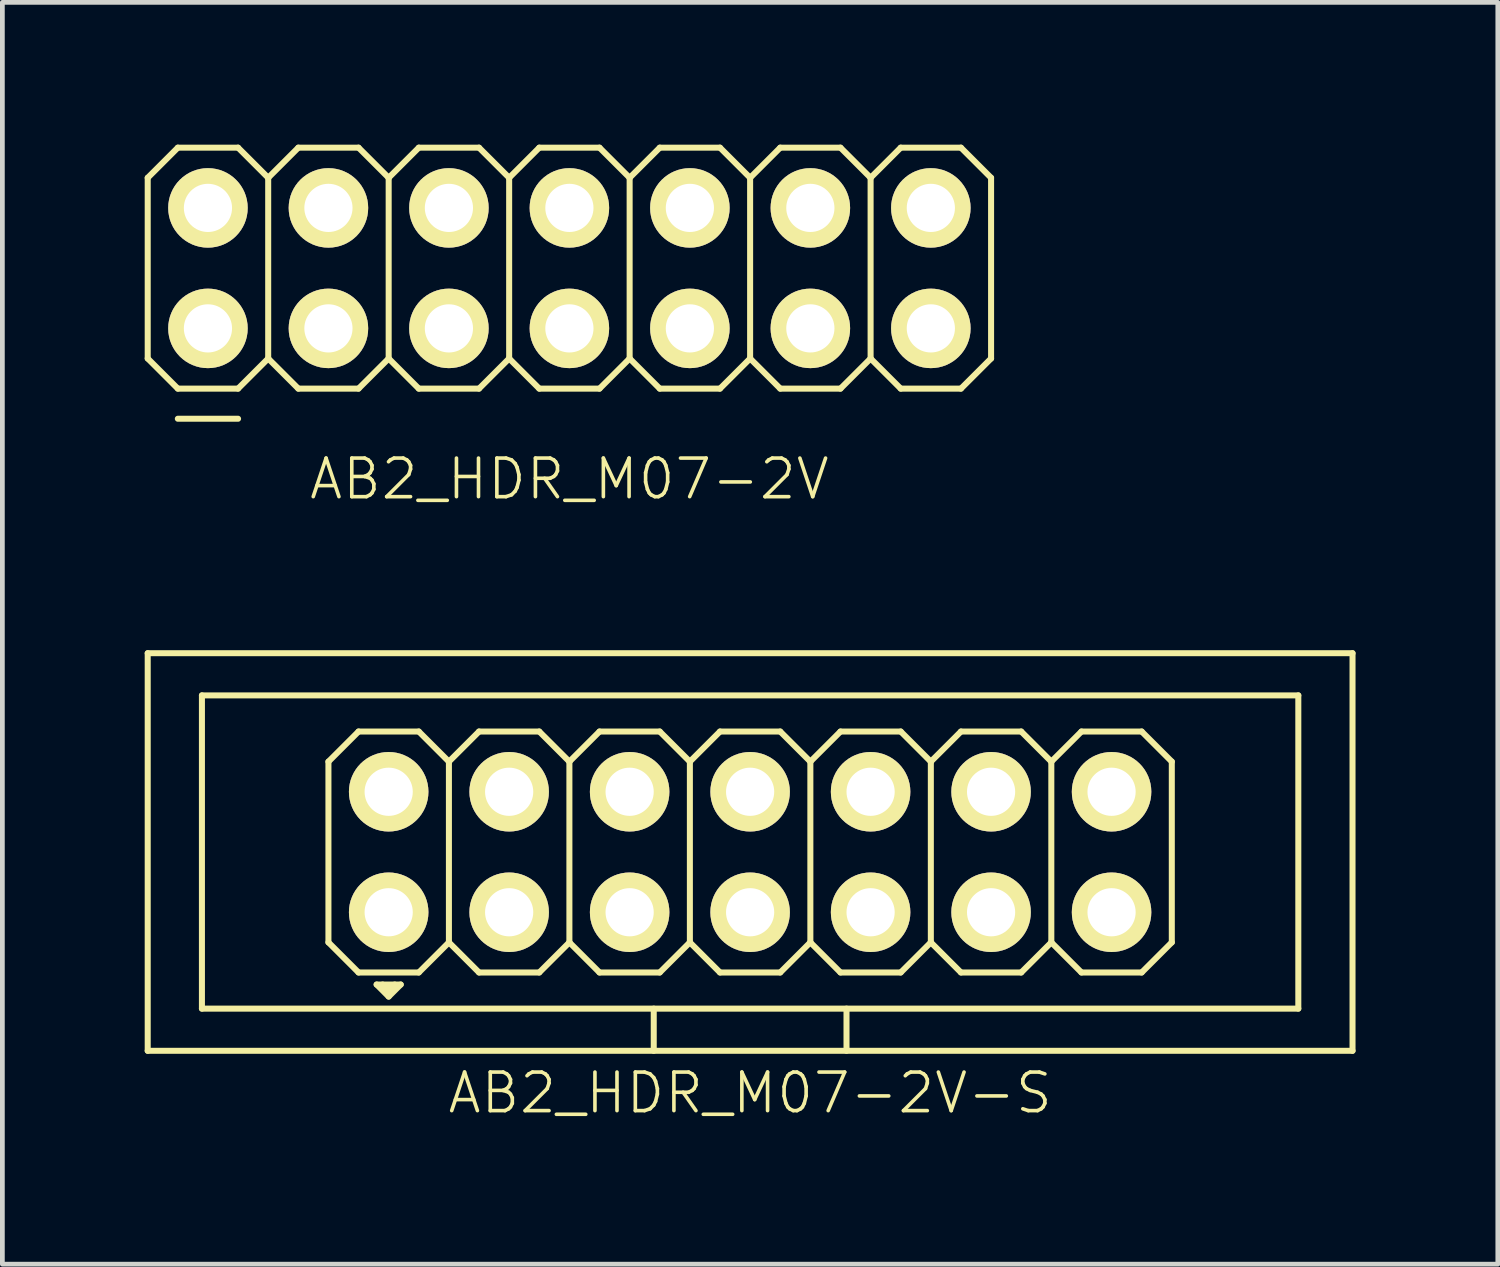
<source format=kicad_pcb>
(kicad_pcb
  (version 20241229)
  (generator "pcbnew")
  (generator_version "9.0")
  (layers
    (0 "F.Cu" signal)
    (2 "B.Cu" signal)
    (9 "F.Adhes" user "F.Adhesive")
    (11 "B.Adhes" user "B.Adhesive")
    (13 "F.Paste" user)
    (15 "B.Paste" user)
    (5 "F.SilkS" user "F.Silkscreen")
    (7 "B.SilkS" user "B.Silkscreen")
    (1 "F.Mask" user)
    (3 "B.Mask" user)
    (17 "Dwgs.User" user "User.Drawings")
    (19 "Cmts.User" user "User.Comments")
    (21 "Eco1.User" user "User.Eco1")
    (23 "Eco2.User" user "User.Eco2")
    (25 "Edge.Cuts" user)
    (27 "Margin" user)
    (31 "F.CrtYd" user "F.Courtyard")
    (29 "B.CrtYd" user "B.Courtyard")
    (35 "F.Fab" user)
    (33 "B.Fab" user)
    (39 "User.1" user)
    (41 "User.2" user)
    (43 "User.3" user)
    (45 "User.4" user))
  (footprint "AB2_HDR_M07-2V"
    (layer "F.Cu")
    (at 8.954 2.603)
    (property "Reference" "AB2_HDR_M07-2V" (at 0 4.445 0) (layer "F.SilkS") (effects (font (size 0.813 0.813) (thickness 0.076))))
    (attr through_hole)
    (fp_line (start -8.89 -1.905) (end -8.255 -2.54) (stroke (width 0.127) (type solid)) (layer "F.SilkS"))
    (fp_line (start -8.89 1.905) (end -8.89 -1.905) (stroke (width 0.127) (type solid)) (layer "F.SilkS"))
    (fp_line (start -8.255 -2.54) (end -6.985 -2.54) (stroke (width 0.127) (type solid)) (layer "F.SilkS"))
    (fp_line (start -8.255 2.54) (end -8.89 1.905) (stroke (width 0.127) (type solid)) (layer "F.SilkS"))
    (fp_line (start -8.255 3.175) (end -6.985 3.175) (stroke (width 0.127) (type solid)) (layer "F.SilkS"))
    (fp_line (start -6.985 -2.54) (end -6.35 -1.905) (stroke (width 0.127) (type solid)) (layer "F.SilkS"))
    (fp_line (start -6.985 2.54) (end -8.255 2.54) (stroke (width 0.127) (type solid)) (layer "F.SilkS"))
    (fp_line (start -6.35 -1.905) (end -6.35 1.905) (stroke (width 0.127) (type solid)) (layer "F.SilkS"))
    (fp_line (start -6.35 -1.905) (end -5.715 -2.54) (stroke (width 0.127) (type solid)) (layer "F.SilkS"))
    (fp_line (start -6.35 1.905) (end -6.985 2.54) (stroke (width 0.127) (type solid)) (layer "F.SilkS"))
    (fp_line (start -5.715 -2.54) (end -4.445 -2.54) (stroke (width 0.127) (type solid)) (layer "F.SilkS"))
    (fp_line (start -5.715 2.54) (end -6.35 1.905) (stroke (width 0.127) (type solid)) (layer "F.SilkS"))
    (fp_line (start -4.445 -2.54) (end -3.81 -1.905) (stroke (width 0.127) (type solid)) (layer "F.SilkS"))
    (fp_line (start -4.445 2.54) (end -5.715 2.54) (stroke (width 0.127) (type solid)) (layer "F.SilkS"))
    (fp_line (start -3.81 -1.905) (end -3.81 1.905) (stroke (width 0.127) (type solid)) (layer "F.SilkS"))
    (fp_line (start -3.81 -1.905) (end -3.175 -2.54) (stroke (width 0.127) (type solid)) (layer "F.SilkS"))
    (fp_line (start -3.81 1.905) (end -4.445 2.54) (stroke (width 0.127) (type solid)) (layer "F.SilkS"))
    (fp_line (start -3.175 -2.54) (end -1.905 -2.54) (stroke (width 0.127) (type solid)) (layer "F.SilkS"))
    (fp_line (start -3.175 2.54) (end -3.81 1.905) (stroke (width 0.127) (type solid)) (layer "F.SilkS"))
    (fp_line (start -1.905 -2.54) (end -1.27 -1.905) (stroke (width 0.127) (type solid)) (layer "F.SilkS"))
    (fp_line (start -1.905 2.54) (end -3.175 2.54) (stroke (width 0.127) (type solid)) (layer "F.SilkS"))
    (fp_line (start -1.27 -1.905) (end -1.27 1.905) (stroke (width 0.127) (type solid)) (layer "F.SilkS"))
    (fp_line (start -1.27 -1.905) (end -0.635 -2.54) (stroke (width 0.127) (type solid)) (layer "F.SilkS"))
    (fp_line (start -1.27 1.905) (end -1.905 2.54) (stroke (width 0.127) (type solid)) (layer "F.SilkS"))
    (fp_line (start -0.635 -2.54) (end 0.635 -2.54) (stroke (width 0.127) (type solid)) (layer "F.SilkS"))
    (fp_line (start -0.635 2.54) (end -1.27 1.905) (stroke (width 0.127) (type solid)) (layer "F.SilkS"))
    (fp_line (start 0.635 -2.54) (end 1.27 -1.905) (stroke (width 0.127) (type solid)) (layer "F.SilkS"))
    (fp_line (start 0.635 2.54) (end -0.635 2.54) (stroke (width 0.127) (type solid)) (layer "F.SilkS"))
    (fp_line (start 1.27 -1.905) (end 1.27 1.905) (stroke (width 0.127) (type solid)) (layer "F.SilkS"))
    (fp_line (start 1.27 -1.905) (end 1.905 -2.54) (stroke (width 0.127) (type solid)) (layer "F.SilkS"))
    (fp_line (start 1.27 1.905) (end 0.635 2.54) (stroke (width 0.127) (type solid)) (layer "F.SilkS"))
    (fp_line (start 1.905 -2.54) (end 3.175 -2.54) (stroke (width 0.127) (type solid)) (layer "F.SilkS"))
    (fp_line (start 1.905 2.54) (end 1.27 1.905) (stroke (width 0.127) (type solid)) (layer "F.SilkS"))
    (fp_line (start 3.175 -2.54) (end 3.81 -1.905) (stroke (width 0.127) (type solid)) (layer "F.SilkS"))
    (fp_line (start 3.175 2.54) (end 1.905 2.54) (stroke (width 0.127) (type solid)) (layer "F.SilkS"))
    (fp_line (start 3.81 -1.905) (end 3.81 1.905) (stroke (width 0.127) (type solid)) (layer "F.SilkS"))
    (fp_line (start 3.81 -1.905) (end 4.445 -2.54) (stroke (width 0.127) (type solid)) (layer "F.SilkS"))
    (fp_line (start 3.81 1.905) (end 3.175 2.54) (stroke (width 0.127) (type solid)) (layer "F.SilkS"))
    (fp_line (start 4.445 -2.54) (end 5.715 -2.54) (stroke (width 0.127) (type solid)) (layer "F.SilkS"))
    (fp_line (start 4.445 2.54) (end 3.81 1.905) (stroke (width 0.127) (type solid)) (layer "F.SilkS"))
    (fp_line (start 5.715 -2.54) (end 6.35 -1.905) (stroke (width 0.127) (type solid)) (layer "F.SilkS"))
    (fp_line (start 5.715 2.54) (end 4.445 2.54) (stroke (width 0.127) (type solid)) (layer "F.SilkS"))
    (fp_line (start 6.35 -1.905) (end 6.35 1.905) (stroke (width 0.127) (type solid)) (layer "F.SilkS"))
    (fp_line (start 6.35 -1.905) (end 6.985 -2.54) (stroke (width 0.127) (type solid)) (layer "F.SilkS"))
    (fp_line (start 6.35 1.905) (end 5.715 2.54) (stroke (width 0.127) (type solid)) (layer "F.SilkS"))
    (fp_line (start 6.985 -2.54) (end 8.255 -2.54) (stroke (width 0.127) (type solid)) (layer "F.SilkS"))
    (fp_line (start 6.985 2.54) (end 6.35 1.905) (stroke (width 0.127) (type solid)) (layer "F.SilkS"))
    (fp_line (start 8.255 -2.54) (end 8.89 -1.905) (stroke (width 0.127) (type solid)) (layer "F.SilkS"))
    (fp_line (start 8.255 2.54) (end 6.985 2.54) (stroke (width 0.127) (type solid)) (layer "F.SilkS"))
    (fp_line (start 8.89 -1.905) (end 8.89 1.905) (stroke (width 0.127) (type solid)) (layer "F.SilkS"))
    (fp_line (start 8.89 1.905) (end 8.255 2.54) (stroke (width 0.127) (type solid)) (layer "F.SilkS"))
    (pad "1" thru_hole circle (at -7.62 1.27) (size 1.676 1.676) (drill 1.016) (layers "*.Cu" "*.Mask" "F.SilkS"))
    (pad "2" thru_hole circle (at -7.62 -1.27) (size 1.676 1.676) (drill 1.016) (layers "*.Cu" "*.Mask" "F.SilkS"))
    (pad "3" thru_hole circle (at -5.08 1.27) (size 1.676 1.676) (drill 1.016) (layers "*.Cu" "*.Mask" "F.SilkS"))
    (pad "4" thru_hole circle (at -5.08 -1.27) (size 1.676 1.676) (drill 1.016) (layers "*.Cu" "*.Mask" "F.SilkS"))
    (pad "5" thru_hole circle (at -2.54 1.27) (size 1.676 1.676) (drill 1.016) (layers "*.Cu" "*.Mask" "F.SilkS"))
    (pad "6" thru_hole circle (at -2.54 -1.27) (size 1.676 1.676) (drill 1.016) (layers "*.Cu" "*.Mask" "F.SilkS"))
    (pad "7" thru_hole circle (at 0 1.27) (size 1.676 1.676) (drill 1.016) (layers "*.Cu" "*.Mask" "F.SilkS"))
    (pad "8" thru_hole circle (at 0 -1.27) (size 1.676 1.676) (drill 1.016) (layers "*.Cu" "*.Mask" "F.SilkS"))
    (pad "9" thru_hole circle (at 2.54 1.27) (size 1.676 1.676) (drill 1.016) (layers "*.Cu" "*.Mask" "F.SilkS"))
    (pad "10" thru_hole circle (at 2.54 -1.27) (size 1.676 1.676) (drill 1.016) (layers "*.Cu" "*.Mask" "F.SilkS"))
    (pad "11" thru_hole circle (at 5.08 1.27) (size 1.676 1.676) (drill 1.016) (layers "*.Cu" "*.Mask" "F.SilkS"))
    (pad "12" thru_hole circle (at 5.08 -1.27) (size 1.676 1.676) (drill 1.016) (layers "*.Cu" "*.Mask" "F.SilkS"))
    (pad "13" thru_hole circle (at 7.62 1.27) (size 1.676 1.676) (drill 1.016) (layers "*.Cu" "*.Mask" "F.SilkS"))
    (pad "14" thru_hole circle (at 7.62 -1.27) (size 1.676 1.676) (drill 1.016) (layers "*.Cu" "*.Mask" "F.SilkS")))
  (footprint "AB2_HDR_M07-2V-S"
    (layer "F.Cu")
    (at 12.764 14.912)
    (property "Reference" "AB2_HDR_M07-2V-S" (at 0 5.08 0) (layer "F.SilkS") (effects (font (size 0.813 0.813) (thickness 0.076))))
    (attr through_hole)
    (fp_line (start -12.7 -4.191) (end 12.7 -4.191) (stroke (width 0.127) (type solid)) (layer "F.SilkS"))
    (fp_line (start -12.7 4.191) (end -12.7 -4.191) (stroke (width 0.127) (type solid)) (layer "F.SilkS"))
    (fp_line (start -11.557 -3.302) (end -11.557 3.302) (stroke (width 0.127) (type solid)) (layer "F.SilkS"))
    (fp_line (start -11.557 -3.302) (end 11.557 -3.302) (stroke (width 0.127) (type solid)) (layer "F.SilkS"))
    (fp_line (start -8.89 -1.905) (end -8.255 -2.54) (stroke (width 0.127) (type solid)) (layer "F.SilkS"))
    (fp_line (start -8.89 1.905) (end -8.89 -1.905) (stroke (width 0.127) (type solid)) (layer "F.SilkS"))
    (fp_line (start -8.255 -2.54) (end -6.985 -2.54) (stroke (width 0.127) (type solid)) (layer "F.SilkS"))
    (fp_line (start -8.255 2.54) (end -8.89 1.905) (stroke (width 0.127) (type solid)) (layer "F.SilkS"))
    (fp_line (start -7.874 2.794) (end -7.62 3.048) (stroke (width 0.127) (type solid)) (layer "F.SilkS"))
    (fp_line (start -7.747 2.794) (end -7.62 2.921) (stroke (width 0.127) (type solid)) (layer "F.SilkS"))
    (fp_line (start -7.62 3.048) (end -7.366 2.794) (stroke (width 0.127) (type solid)) (layer "F.SilkS"))
    (fp_line (start -7.493 2.794) (end -7.62 2.921) (stroke (width 0.127) (type solid)) (layer "F.SilkS"))
    (fp_line (start -7.366 2.794) (end -7.874 2.794) (stroke (width 0.127) (type solid)) (layer "F.SilkS"))
    (fp_line (start -6.985 -2.54) (end -6.35 -1.905) (stroke (width 0.127) (type solid)) (layer "F.SilkS"))
    (fp_line (start -6.985 2.54) (end -8.255 2.54) (stroke (width 0.127) (type solid)) (layer "F.SilkS"))
    (fp_line (start -6.35 -1.905) (end -6.35 1.905) (stroke (width 0.127) (type solid)) (layer "F.SilkS"))
    (fp_line (start -6.35 -1.905) (end -5.715 -2.54) (stroke (width 0.127) (type solid)) (layer "F.SilkS"))
    (fp_line (start -6.35 1.905) (end -6.985 2.54) (stroke (width 0.127) (type solid)) (layer "F.SilkS"))
    (fp_line (start -5.715 -2.54) (end -4.445 -2.54) (stroke (width 0.127) (type solid)) (layer "F.SilkS"))
    (fp_line (start -5.715 2.54) (end -6.35 1.905) (stroke (width 0.127) (type solid)) (layer "F.SilkS"))
    (fp_line (start -4.445 -2.54) (end -3.81 -1.905) (stroke (width 0.127) (type solid)) (layer "F.SilkS"))
    (fp_line (start -4.445 2.54) (end -5.715 2.54) (stroke (width 0.127) (type solid)) (layer "F.SilkS"))
    (fp_line (start -3.81 -1.905) (end -3.81 1.905) (stroke (width 0.127) (type solid)) (layer "F.SilkS"))
    (fp_line (start -3.81 -1.905) (end -3.175 -2.54) (stroke (width 0.127) (type solid)) (layer "F.SilkS"))
    (fp_line (start -3.81 1.905) (end -4.445 2.54) (stroke (width 0.127) (type solid)) (layer "F.SilkS"))
    (fp_line (start -3.175 -2.54) (end -1.905 -2.54) (stroke (width 0.127) (type solid)) (layer "F.SilkS"))
    (fp_line (start -3.175 2.54) (end -3.81 1.905) (stroke (width 0.127) (type solid)) (layer "F.SilkS"))
    (fp_line (start -2.032 3.302) (end -2.032 4.191) (stroke (width 0.127) (type solid)) (layer "F.SilkS"))
    (fp_line (start -1.905 -2.54) (end -1.27 -1.905) (stroke (width 0.127) (type solid)) (layer "F.SilkS"))
    (fp_line (start -1.905 2.54) (end -3.175 2.54) (stroke (width 0.127) (type solid)) (layer "F.SilkS"))
    (fp_line (start -1.27 -1.905) (end -1.27 1.905) (stroke (width 0.127) (type solid)) (layer "F.SilkS"))
    (fp_line (start -1.27 -1.905) (end -0.635 -2.54) (stroke (width 0.127) (type solid)) (layer "F.SilkS"))
    (fp_line (start -1.27 1.905) (end -1.905 2.54) (stroke (width 0.127) (type solid)) (layer "F.SilkS"))
    (fp_line (start -0.635 -2.54) (end 0.635 -2.54) (stroke (width 0.127) (type solid)) (layer "F.SilkS"))
    (fp_line (start -0.635 2.54) (end -1.27 1.905) (stroke (width 0.127) (type solid)) (layer "F.SilkS"))
    (fp_line (start 0.635 -2.54) (end 1.27 -1.905) (stroke (width 0.127) (type solid)) (layer "F.SilkS"))
    (fp_line (start 0.635 2.54) (end -0.635 2.54) (stroke (width 0.127) (type solid)) (layer "F.SilkS"))
    (fp_line (start 1.27 -1.905) (end 1.27 1.905) (stroke (width 0.127) (type solid)) (layer "F.SilkS"))
    (fp_line (start 1.27 -1.905) (end 1.905 -2.54) (stroke (width 0.127) (type solid)) (layer "F.SilkS"))
    (fp_line (start 1.27 1.905) (end 0.635 2.54) (stroke (width 0.127) (type solid)) (layer "F.SilkS"))
    (fp_line (start 1.905 -2.54) (end 3.175 -2.54) (stroke (width 0.127) (type solid)) (layer "F.SilkS"))
    (fp_line (start 1.905 2.54) (end 1.27 1.905) (stroke (width 0.127) (type solid)) (layer "F.SilkS"))
    (fp_line (start 2.032 3.302) (end 2.032 4.191) (stroke (width 0.127) (type solid)) (layer "F.SilkS"))
    (fp_line (start 3.175 -2.54) (end 3.81 -1.905) (stroke (width 0.127) (type solid)) (layer "F.SilkS"))
    (fp_line (start 3.175 2.54) (end 1.905 2.54) (stroke (width 0.127) (type solid)) (layer "F.SilkS"))
    (fp_line (start 3.81 -1.905) (end 3.81 1.905) (stroke (width 0.127) (type solid)) (layer "F.SilkS"))
    (fp_line (start 3.81 -1.905) (end 4.445 -2.54) (stroke (width 0.127) (type solid)) (layer "F.SilkS"))
    (fp_line (start 3.81 1.905) (end 3.175 2.54) (stroke (width 0.127) (type solid)) (layer "F.SilkS"))
    (fp_line (start 4.445 -2.54) (end 5.715 -2.54) (stroke (width 0.127) (type solid)) (layer "F.SilkS"))
    (fp_line (start 4.445 2.54) (end 3.81 1.905) (stroke (width 0.127) (type solid)) (layer "F.SilkS"))
    (fp_line (start 5.715 -2.54) (end 6.35 -1.905) (stroke (width 0.127) (type solid)) (layer "F.SilkS"))
    (fp_line (start 5.715 2.54) (end 4.445 2.54) (stroke (width 0.127) (type solid)) (layer "F.SilkS"))
    (fp_line (start 6.35 -1.905) (end 6.35 1.905) (stroke (width 0.127) (type solid)) (layer "F.SilkS"))
    (fp_line (start 6.35 -1.905) (end 6.985 -2.54) (stroke (width 0.127) (type solid)) (layer "F.SilkS"))
    (fp_line (start 6.35 1.905) (end 5.715 2.54) (stroke (width 0.127) (type solid)) (layer "F.SilkS"))
    (fp_line (start 6.985 -2.54) (end 8.255 -2.54) (stroke (width 0.127) (type solid)) (layer "F.SilkS"))
    (fp_line (start 6.985 2.54) (end 6.35 1.905) (stroke (width 0.127) (type solid)) (layer "F.SilkS"))
    (fp_line (start 8.255 -2.54) (end 8.89 -1.905) (stroke (width 0.127) (type solid)) (layer "F.SilkS"))
    (fp_line (start 8.255 2.54) (end 6.985 2.54) (stroke (width 0.127) (type solid)) (layer "F.SilkS"))
    (fp_line (start 8.89 -1.905) (end 8.89 1.905) (stroke (width 0.127) (type solid)) (layer "F.SilkS"))
    (fp_line (start 8.89 1.905) (end 8.255 2.54) (stroke (width 0.127) (type solid)) (layer "F.SilkS"))
    (fp_line (start 11.557 -3.302) (end 11.557 3.302) (stroke (width 0.127) (type solid)) (layer "F.SilkS"))
    (fp_line (start 11.557 3.302) (end -11.557 3.302) (stroke (width 0.127) (type solid)) (layer "F.SilkS"))
    (fp_line (start 12.7 -4.191) (end 12.7 4.191) (stroke (width 0.127) (type solid)) (layer "F.SilkS"))
    (fp_line (start 12.7 4.191) (end -12.7 4.191) (stroke (width 0.127) (type solid)) (layer "F.SilkS"))
    (pad "1" thru_hole circle (at -7.62 1.27) (size 1.676 1.676) (drill 1.016) (layers "*.Cu" "*.Mask" "F.SilkS"))
    (pad "2" thru_hole circle (at -7.62 -1.27) (size 1.676 1.676) (drill 1.016) (layers "*.Cu" "*.Mask" "F.SilkS"))
    (pad "3" thru_hole circle (at -5.08 1.27) (size 1.676 1.676) (drill 1.016) (layers "*.Cu" "*.Mask" "F.SilkS"))
    (pad "4" thru_hole circle (at -5.08 -1.27) (size 1.676 1.676) (drill 1.016) (layers "*.Cu" "*.Mask" "F.SilkS"))
    (pad "5" thru_hole circle (at -2.54 1.27) (size 1.676 1.676) (drill 1.016) (layers "*.Cu" "*.Mask" "F.SilkS"))
    (pad "6" thru_hole circle (at -2.54 -1.27) (size 1.676 1.676) (drill 1.016) (layers "*.Cu" "*.Mask" "F.SilkS"))
    (pad "7" thru_hole circle (at 0 1.27) (size 1.676 1.676) (drill 1.016) (layers "*.Cu" "*.Mask" "F.SilkS"))
    (pad "8" thru_hole circle (at 0 -1.27) (size 1.676 1.676) (drill 1.016) (layers "*.Cu" "*.Mask" "F.SilkS"))
    (pad "9" thru_hole circle (at 2.54 1.27) (size 1.676 1.676) (drill 1.016) (layers "*.Cu" "*.Mask" "F.SilkS"))
    (pad "10" thru_hole circle (at 2.54 -1.27) (size 1.676 1.676) (drill 1.016) (layers "*.Cu" "*.Mask" "F.SilkS"))
    (pad "11" thru_hole circle (at 5.08 1.27) (size 1.676 1.676) (drill 1.016) (layers "*.Cu" "*.Mask" "F.SilkS"))
    (pad "12" thru_hole circle (at 5.08 -1.27) (size 1.676 1.676) (drill 1.016) (layers "*.Cu" "*.Mask" "F.SilkS"))
    (pad "13" thru_hole circle (at 7.62 1.27) (size 1.676 1.676) (drill 1.016) (layers "*.Cu" "*.Mask" "F.SilkS"))
    (pad "14" thru_hole circle (at 7.62 -1.27) (size 1.676 1.676) (drill 1.016) (layers "*.Cu" "*.Mask" "F.SilkS")))
  (gr_rect
    (start -3 -3)
    (end 28.527 23.601)
    (stroke (width 0.1) (type default))
    (fill no)
    (layer "Edge.Cuts")))
</source>
